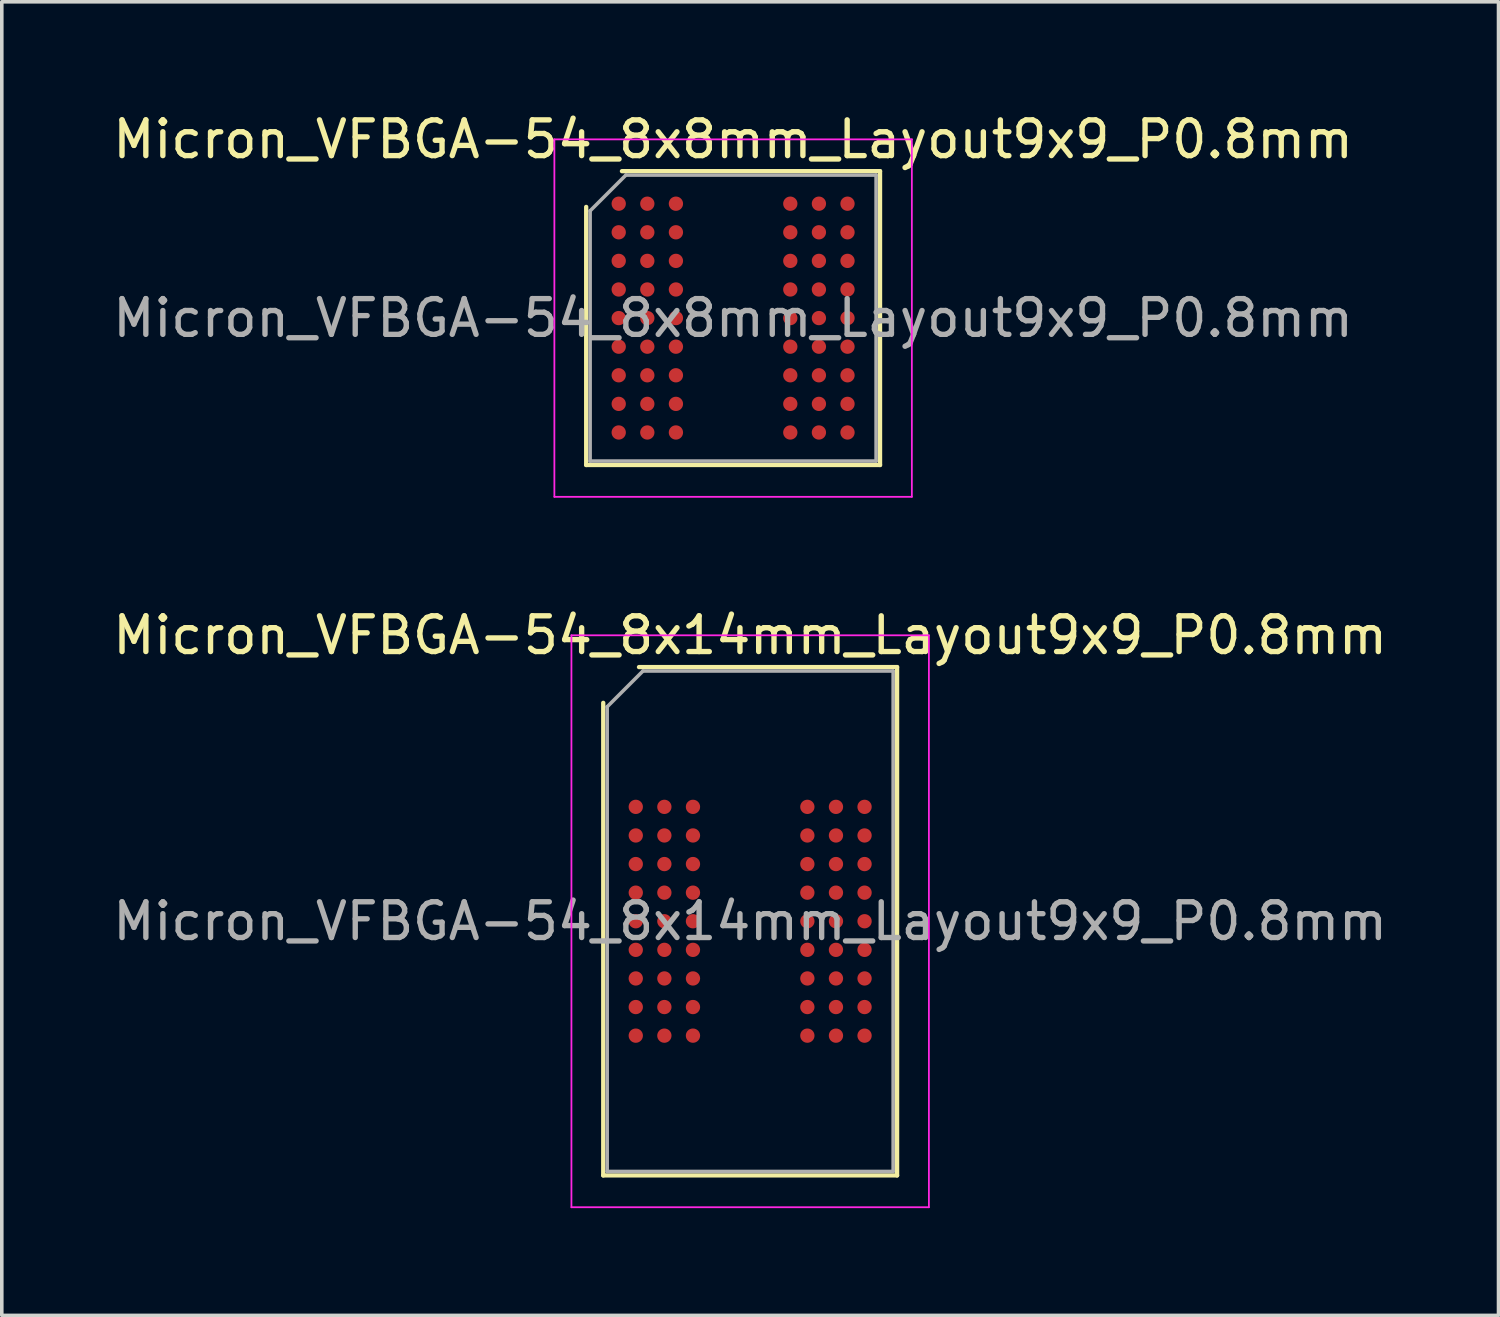
<source format=kicad_pcb>
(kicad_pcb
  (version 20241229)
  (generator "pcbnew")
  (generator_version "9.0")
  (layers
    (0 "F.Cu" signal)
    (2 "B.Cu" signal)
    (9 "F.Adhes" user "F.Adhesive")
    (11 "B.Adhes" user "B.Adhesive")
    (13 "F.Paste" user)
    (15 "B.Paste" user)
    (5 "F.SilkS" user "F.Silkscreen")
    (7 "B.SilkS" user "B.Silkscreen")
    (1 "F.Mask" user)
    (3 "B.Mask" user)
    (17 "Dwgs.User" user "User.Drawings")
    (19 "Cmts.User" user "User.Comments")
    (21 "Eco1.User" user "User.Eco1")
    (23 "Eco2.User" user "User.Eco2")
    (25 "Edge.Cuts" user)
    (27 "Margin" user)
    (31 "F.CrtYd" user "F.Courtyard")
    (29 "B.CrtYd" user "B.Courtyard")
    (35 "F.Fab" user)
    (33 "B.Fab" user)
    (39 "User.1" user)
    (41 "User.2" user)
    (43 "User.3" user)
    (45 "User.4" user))
  (footprint "Micron_VFBGA-54_8x8mm_Layout9x9_P0.8mm"
    (layer "F.Cu")
    (at 17.458 5.848)
    (property "Reference" "Micron_VFBGA-54_8x8mm_Layout9x9_P0.8mm" (at 0 -5 0) (layer "F.SilkS") (effects (font (size 1 1) (thickness 0.15))))
    (attr smd)
    (fp_line (start -4.11 4.11) (end -4.11 -3.11) (stroke (width 0.12) (type solid)) (layer "F.SilkS"))
    (fp_line (start -3.11 -4.11) (end 4.11 -4.11) (stroke (width 0.12) (type solid)) (layer "F.SilkS"))
    (fp_line (start 4.11 -4.11) (end 4.11 4.11) (stroke (width 0.12) (type solid)) (layer "F.SilkS"))
    (fp_line (start 4.11 4.11) (end -4.11 4.11) (stroke (width 0.12) (type solid)) (layer "F.SilkS"))
    (fp_line (start -5 -5) (end -5 5) (stroke (width 0.05) (type solid)) (layer "F.CrtYd"))
    (fp_line (start -5 5) (end 5 5) (stroke (width 0.05) (type solid)) (layer "F.CrtYd"))
    (fp_line (start 5 -5) (end -5 -5) (stroke (width 0.05) (type solid)) (layer "F.CrtYd"))
    (fp_line (start 5 5) (end 5 -5) (stroke (width 0.05) (type solid)) (layer "F.CrtYd"))
    (fp_line (start -4 -3) (end -3 -4) (stroke (width 0.1) (type solid)) (layer "F.Fab"))
    (fp_line (start -4 4) (end -4 -3) (stroke (width 0.1) (type solid)) (layer "F.Fab"))
    (fp_line (start -3 -4) (end 4 -4) (stroke (width 0.1) (type solid)) (layer "F.Fab"))
    (fp_line (start 4 -4) (end 4 4) (stroke (width 0.1) (type solid)) (layer "F.Fab"))
    (fp_line (start 4 4) (end -4 4) (stroke (width 0.1) (type solid)) (layer "F.Fab"))
    (fp_text user "${REFERENCE}" (at 0 0 0) (layer "F.Fab") (effects (font (size 1 1) (thickness 0.15))))
    (pad "A1" smd circle (at -3.2 -3.2) (size 0.4 0.4) (layers "F.Cu" "F.Mask" "F.Paste"))
    (pad "A2" smd circle (at -2.4 -3.2) (size 0.4 0.4) (layers "F.Cu" "F.Mask" "F.Paste"))
    (pad "A3" smd circle (at -1.6 -3.2) (size 0.4 0.4) (layers "F.Cu" "F.Mask" "F.Paste"))
    (pad "A7" smd circle (at 1.6 -3.2) (size 0.4 0.4) (layers "F.Cu" "F.Mask" "F.Paste"))
    (pad "A8" smd circle (at 2.4 -3.2) (size 0.4 0.4) (layers "F.Cu" "F.Mask" "F.Paste"))
    (pad "A9" smd circle (at 3.2 -3.2) (size 0.4 0.4) (layers "F.Cu" "F.Mask" "F.Paste"))
    (pad "B1" smd circle (at -3.2 -2.4) (size 0.4 0.4) (layers "F.Cu" "F.Mask" "F.Paste"))
    (pad "B2" smd circle (at -2.4 -2.4) (size 0.4 0.4) (layers "F.Cu" "F.Mask" "F.Paste"))
    (pad "B3" smd circle (at -1.6 -2.4) (size 0.4 0.4) (layers "F.Cu" "F.Mask" "F.Paste"))
    (pad "B7" smd circle (at 1.6 -2.4) (size 0.4 0.4) (layers "F.Cu" "F.Mask" "F.Paste"))
    (pad "B8" smd circle (at 2.4 -2.4) (size 0.4 0.4) (layers "F.Cu" "F.Mask" "F.Paste"))
    (pad "B9" smd circle (at 3.2 -2.4) (size 0.4 0.4) (layers "F.Cu" "F.Mask" "F.Paste"))
    (pad "C1" smd circle (at -3.2 -1.6) (size 0.4 0.4) (layers "F.Cu" "F.Mask" "F.Paste"))
    (pad "C2" smd circle (at -2.4 -1.6) (size 0.4 0.4) (layers "F.Cu" "F.Mask" "F.Paste"))
    (pad "C3" smd circle (at -1.6 -1.6) (size 0.4 0.4) (layers "F.Cu" "F.Mask" "F.Paste"))
    (pad "C7" smd circle (at 1.6 -1.6) (size 0.4 0.4) (layers "F.Cu" "F.Mask" "F.Paste"))
    (pad "C8" smd circle (at 2.4 -1.6) (size 0.4 0.4) (layers "F.Cu" "F.Mask" "F.Paste"))
    (pad "C9" smd circle (at 3.2 -1.6) (size 0.4 0.4) (layers "F.Cu" "F.Mask" "F.Paste"))
    (pad "D1" smd circle (at -3.2 -0.8) (size 0.4 0.4) (layers "F.Cu" "F.Mask" "F.Paste"))
    (pad "D2" smd circle (at -2.4 -0.8) (size 0.4 0.4) (layers "F.Cu" "F.Mask" "F.Paste"))
    (pad "D3" smd circle (at -1.6 -0.8) (size 0.4 0.4) (layers "F.Cu" "F.Mask" "F.Paste"))
    (pad "D7" smd circle (at 1.6 -0.8) (size 0.4 0.4) (layers "F.Cu" "F.Mask" "F.Paste"))
    (pad "D8" smd circle (at 2.4 -0.8) (size 0.4 0.4) (layers "F.Cu" "F.Mask" "F.Paste"))
    (pad "D9" smd circle (at 3.2 -0.8) (size 0.4 0.4) (layers "F.Cu" "F.Mask" "F.Paste"))
    (pad "E1" smd circle (at -3.2 0) (size 0.4 0.4) (layers "F.Cu" "F.Mask" "F.Paste"))
    (pad "E2" smd circle (at -2.4 0) (size 0.4 0.4) (layers "F.Cu" "F.Mask" "F.Paste"))
    (pad "E3" smd circle (at -1.6 0) (size 0.4 0.4) (layers "F.Cu" "F.Mask" "F.Paste"))
    (pad "E7" smd circle (at 1.6 0) (size 0.4 0.4) (layers "F.Cu" "F.Mask" "F.Paste"))
    (pad "E8" smd circle (at 2.4 0) (size 0.4 0.4) (layers "F.Cu" "F.Mask" "F.Paste"))
    (pad "E9" smd circle (at 3.2 0) (size 0.4 0.4) (layers "F.Cu" "F.Mask" "F.Paste"))
    (pad "F1" smd circle (at -3.2 0.8) (size 0.4 0.4) (layers "F.Cu" "F.Mask" "F.Paste"))
    (pad "F2" smd circle (at -2.4 0.8) (size 0.4 0.4) (layers "F.Cu" "F.Mask" "F.Paste"))
    (pad "F3" smd circle (at -1.6 0.8) (size 0.4 0.4) (layers "F.Cu" "F.Mask" "F.Paste"))
    (pad "F7" smd circle (at 1.6 0.8) (size 0.4 0.4) (layers "F.Cu" "F.Mask" "F.Paste"))
    (pad "F8" smd circle (at 2.4 0.8) (size 0.4 0.4) (layers "F.Cu" "F.Mask" "F.Paste"))
    (pad "F9" smd circle (at 3.2 0.8) (size 0.4 0.4) (layers "F.Cu" "F.Mask" "F.Paste"))
    (pad "G1" smd circle (at -3.2 1.6) (size 0.4 0.4) (layers "F.Cu" "F.Mask" "F.Paste"))
    (pad "G2" smd circle (at -2.4 1.6) (size 0.4 0.4) (layers "F.Cu" "F.Mask" "F.Paste"))
    (pad "G3" smd circle (at -1.6 1.6) (size 0.4 0.4) (layers "F.Cu" "F.Mask" "F.Paste"))
    (pad "G7" smd circle (at 1.6 1.6) (size 0.4 0.4) (layers "F.Cu" "F.Mask" "F.Paste"))
    (pad "G8" smd circle (at 2.4 1.6) (size 0.4 0.4) (layers "F.Cu" "F.Mask" "F.Paste"))
    (pad "G9" smd circle (at 3.2 1.6) (size 0.4 0.4) (layers "F.Cu" "F.Mask" "F.Paste"))
    (pad "H1" smd circle (at -3.2 2.4) (size 0.4 0.4) (layers "F.Cu" "F.Mask" "F.Paste"))
    (pad "H2" smd circle (at -2.4 2.4) (size 0.4 0.4) (layers "F.Cu" "F.Mask" "F.Paste"))
    (pad "H3" smd circle (at -1.6 2.4) (size 0.4 0.4) (layers "F.Cu" "F.Mask" "F.Paste"))
    (pad "H7" smd circle (at 1.6 2.4) (size 0.4 0.4) (layers "F.Cu" "F.Mask" "F.Paste"))
    (pad "H8" smd circle (at 2.4 2.4) (size 0.4 0.4) (layers "F.Cu" "F.Mask" "F.Paste"))
    (pad "H9" smd circle (at 3.2 2.4) (size 0.4 0.4) (layers "F.Cu" "F.Mask" "F.Paste"))
    (pad "J1" smd circle (at -3.2 3.2) (size 0.4 0.4) (layers "F.Cu" "F.Mask" "F.Paste"))
    (pad "J2" smd circle (at -2.4 3.2) (size 0.4 0.4) (layers "F.Cu" "F.Mask" "F.Paste"))
    (pad "J3" smd circle (at -1.6 3.2) (size 0.4 0.4) (layers "F.Cu" "F.Mask" "F.Paste"))
    (pad "J7" smd circle (at 1.6 3.2) (size 0.4 0.4) (layers "F.Cu" "F.Mask" "F.Paste"))
    (pad "J8" smd circle (at 2.4 3.2) (size 0.4 0.4) (layers "F.Cu" "F.Mask" "F.Paste"))
    (pad "J9" smd circle (at 3.2 3.2) (size 0.4 0.4) (layers "F.Cu" "F.Mask" "F.Paste")))
  (footprint "Micron_VFBGA-54_8x14mm_Layout9x9_P0.8mm"
    (layer "F.Cu")
    (at 17.935 22.721)
    (property "Reference" "Micron_VFBGA-54_8x14mm_Layout9x9_P0.8mm" (at 0 -8 0) (layer "F.SilkS") (effects (font (size 1 1) (thickness 0.15))))
    (attr smd)
    (fp_line (start -4.11 7.11) (end -4.11 -6.11) (stroke (width 0.12) (type solid)) (layer "F.SilkS"))
    (fp_line (start -3.11 -7.11) (end 4.11 -7.11) (stroke (width 0.12) (type solid)) (layer "F.SilkS"))
    (fp_line (start 4.11 -7.11) (end 4.11 7.11) (stroke (width 0.12) (type solid)) (layer "F.SilkS"))
    (fp_line (start 4.11 7.11) (end -4.11 7.11) (stroke (width 0.12) (type solid)) (layer "F.SilkS"))
    (fp_line (start -5 -8) (end -5 8) (stroke (width 0.05) (type solid)) (layer "F.CrtYd"))
    (fp_line (start -5 8) (end 5 8) (stroke (width 0.05) (type solid)) (layer "F.CrtYd"))
    (fp_line (start 5 -8) (end -5 -8) (stroke (width 0.05) (type solid)) (layer "F.CrtYd"))
    (fp_line (start 5 8) (end 5 -8) (stroke (width 0.05) (type solid)) (layer "F.CrtYd"))
    (fp_line (start -4 -6) (end -3 -7) (stroke (width 0.1) (type solid)) (layer "F.Fab"))
    (fp_line (start -4 7) (end -4 -6) (stroke (width 0.1) (type solid)) (layer "F.Fab"))
    (fp_line (start -3 -7) (end 4 -7) (stroke (width 0.1) (type solid)) (layer "F.Fab"))
    (fp_line (start 4 -7) (end 4 7) (stroke (width 0.1) (type solid)) (layer "F.Fab"))
    (fp_line (start 4 7) (end -4 7) (stroke (width 0.1) (type solid)) (layer "F.Fab"))
    (fp_text user "${REFERENCE}" (at 0 0 0) (layer "F.Fab") (effects (font (size 1 1) (thickness 0.15))))
    (pad "A1" smd circle (at -3.2 -3.2) (size 0.4 0.4) (layers "F.Cu" "F.Mask" "F.Paste"))
    (pad "A2" smd circle (at -2.4 -3.2) (size 0.4 0.4) (layers "F.Cu" "F.Mask" "F.Paste"))
    (pad "A3" smd circle (at -1.6 -3.2) (size 0.4 0.4) (layers "F.Cu" "F.Mask" "F.Paste"))
    (pad "A7" smd circle (at 1.6 -3.2) (size 0.4 0.4) (layers "F.Cu" "F.Mask" "F.Paste"))
    (pad "A8" smd circle (at 2.4 -3.2) (size 0.4 0.4) (layers "F.Cu" "F.Mask" "F.Paste"))
    (pad "A9" smd circle (at 3.2 -3.2) (size 0.4 0.4) (layers "F.Cu" "F.Mask" "F.Paste"))
    (pad "B1" smd circle (at -3.2 -2.4) (size 0.4 0.4) (layers "F.Cu" "F.Mask" "F.Paste"))
    (pad "B2" smd circle (at -2.4 -2.4) (size 0.4 0.4) (layers "F.Cu" "F.Mask" "F.Paste"))
    (pad "B3" smd circle (at -1.6 -2.4) (size 0.4 0.4) (layers "F.Cu" "F.Mask" "F.Paste"))
    (pad "B7" smd circle (at 1.6 -2.4) (size 0.4 0.4) (layers "F.Cu" "F.Mask" "F.Paste"))
    (pad "B8" smd circle (at 2.4 -2.4) (size 0.4 0.4) (layers "F.Cu" "F.Mask" "F.Paste"))
    (pad "B9" smd circle (at 3.2 -2.4) (size 0.4 0.4) (layers "F.Cu" "F.Mask" "F.Paste"))
    (pad "C1" smd circle (at -3.2 -1.6) (size 0.4 0.4) (layers "F.Cu" "F.Mask" "F.Paste"))
    (pad "C2" smd circle (at -2.4 -1.6) (size 0.4 0.4) (layers "F.Cu" "F.Mask" "F.Paste"))
    (pad "C3" smd circle (at -1.6 -1.6) (size 0.4 0.4) (layers "F.Cu" "F.Mask" "F.Paste"))
    (pad "C7" smd circle (at 1.6 -1.6) (size 0.4 0.4) (layers "F.Cu" "F.Mask" "F.Paste"))
    (pad "C8" smd circle (at 2.4 -1.6) (size 0.4 0.4) (layers "F.Cu" "F.Mask" "F.Paste"))
    (pad "C9" smd circle (at 3.2 -1.6) (size 0.4 0.4) (layers "F.Cu" "F.Mask" "F.Paste"))
    (pad "D1" smd circle (at -3.2 -0.8) (size 0.4 0.4) (layers "F.Cu" "F.Mask" "F.Paste"))
    (pad "D2" smd circle (at -2.4 -0.8) (size 0.4 0.4) (layers "F.Cu" "F.Mask" "F.Paste"))
    (pad "D3" smd circle (at -1.6 -0.8) (size 0.4 0.4) (layers "F.Cu" "F.Mask" "F.Paste"))
    (pad "D7" smd circle (at 1.6 -0.8) (size 0.4 0.4) (layers "F.Cu" "F.Mask" "F.Paste"))
    (pad "D8" smd circle (at 2.4 -0.8) (size 0.4 0.4) (layers "F.Cu" "F.Mask" "F.Paste"))
    (pad "D9" smd circle (at 3.2 -0.8) (size 0.4 0.4) (layers "F.Cu" "F.Mask" "F.Paste"))
    (pad "E1" smd circle (at -3.2 0) (size 0.4 0.4) (layers "F.Cu" "F.Mask" "F.Paste"))
    (pad "E2" smd circle (at -2.4 0) (size 0.4 0.4) (layers "F.Cu" "F.Mask" "F.Paste"))
    (pad "E3" smd circle (at -1.6 0) (size 0.4 0.4) (layers "F.Cu" "F.Mask" "F.Paste"))
    (pad "E7" smd circle (at 1.6 0) (size 0.4 0.4) (layers "F.Cu" "F.Mask" "F.Paste"))
    (pad "E8" smd circle (at 2.4 0) (size 0.4 0.4) (layers "F.Cu" "F.Mask" "F.Paste"))
    (pad "E9" smd circle (at 3.2 0) (size 0.4 0.4) (layers "F.Cu" "F.Mask" "F.Paste"))
    (pad "F1" smd circle (at -3.2 0.8) (size 0.4 0.4) (layers "F.Cu" "F.Mask" "F.Paste"))
    (pad "F2" smd circle (at -2.4 0.8) (size 0.4 0.4) (layers "F.Cu" "F.Mask" "F.Paste"))
    (pad "F3" smd circle (at -1.6 0.8) (size 0.4 0.4) (layers "F.Cu" "F.Mask" "F.Paste"))
    (pad "F7" smd circle (at 1.6 0.8) (size 0.4 0.4) (layers "F.Cu" "F.Mask" "F.Paste"))
    (pad "F8" smd circle (at 2.4 0.8) (size 0.4 0.4) (layers "F.Cu" "F.Mask" "F.Paste"))
    (pad "F9" smd circle (at 3.2 0.8) (size 0.4 0.4) (layers "F.Cu" "F.Mask" "F.Paste"))
    (pad "G1" smd circle (at -3.2 1.6) (size 0.4 0.4) (layers "F.Cu" "F.Mask" "F.Paste"))
    (pad "G2" smd circle (at -2.4 1.6) (size 0.4 0.4) (layers "F.Cu" "F.Mask" "F.Paste"))
    (pad "G3" smd circle (at -1.6 1.6) (size 0.4 0.4) (layers "F.Cu" "F.Mask" "F.Paste"))
    (pad "G7" smd circle (at 1.6 1.6) (size 0.4 0.4) (layers "F.Cu" "F.Mask" "F.Paste"))
    (pad "G8" smd circle (at 2.4 1.6) (size 0.4 0.4) (layers "F.Cu" "F.Mask" "F.Paste"))
    (pad "G9" smd circle (at 3.2 1.6) (size 0.4 0.4) (layers "F.Cu" "F.Mask" "F.Paste"))
    (pad "H1" smd circle (at -3.2 2.4) (size 0.4 0.4) (layers "F.Cu" "F.Mask" "F.Paste"))
    (pad "H2" smd circle (at -2.4 2.4) (size 0.4 0.4) (layers "F.Cu" "F.Mask" "F.Paste"))
    (pad "H3" smd circle (at -1.6 2.4) (size 0.4 0.4) (layers "F.Cu" "F.Mask" "F.Paste"))
    (pad "H7" smd circle (at 1.6 2.4) (size 0.4 0.4) (layers "F.Cu" "F.Mask" "F.Paste"))
    (pad "H8" smd circle (at 2.4 2.4) (size 0.4 0.4) (layers "F.Cu" "F.Mask" "F.Paste"))
    (pad "H9" smd circle (at 3.2 2.4) (size 0.4 0.4) (layers "F.Cu" "F.Mask" "F.Paste"))
    (pad "J1" smd circle (at -3.2 3.2) (size 0.4 0.4) (layers "F.Cu" "F.Mask" "F.Paste"))
    (pad "J2" smd circle (at -2.4 3.2) (size 0.4 0.4) (layers "F.Cu" "F.Mask" "F.Paste"))
    (pad "J3" smd circle (at -1.6 3.2) (size 0.4 0.4) (layers "F.Cu" "F.Mask" "F.Paste"))
    (pad "J7" smd circle (at 1.6 3.2) (size 0.4 0.4) (layers "F.Cu" "F.Mask" "F.Paste"))
    (pad "J8" smd circle (at 2.4 3.2) (size 0.4 0.4) (layers "F.Cu" "F.Mask" "F.Paste"))
    (pad "J9" smd circle (at 3.2 3.2) (size 0.4 0.4) (layers "F.Cu" "F.Mask" "F.Paste")))
  (gr_rect
    (start -3 -3)
    (end 38.869 33.746)
    (stroke (width 0.1) (type default))
    (fill no)
    (layer "Edge.Cuts")))
</source>
